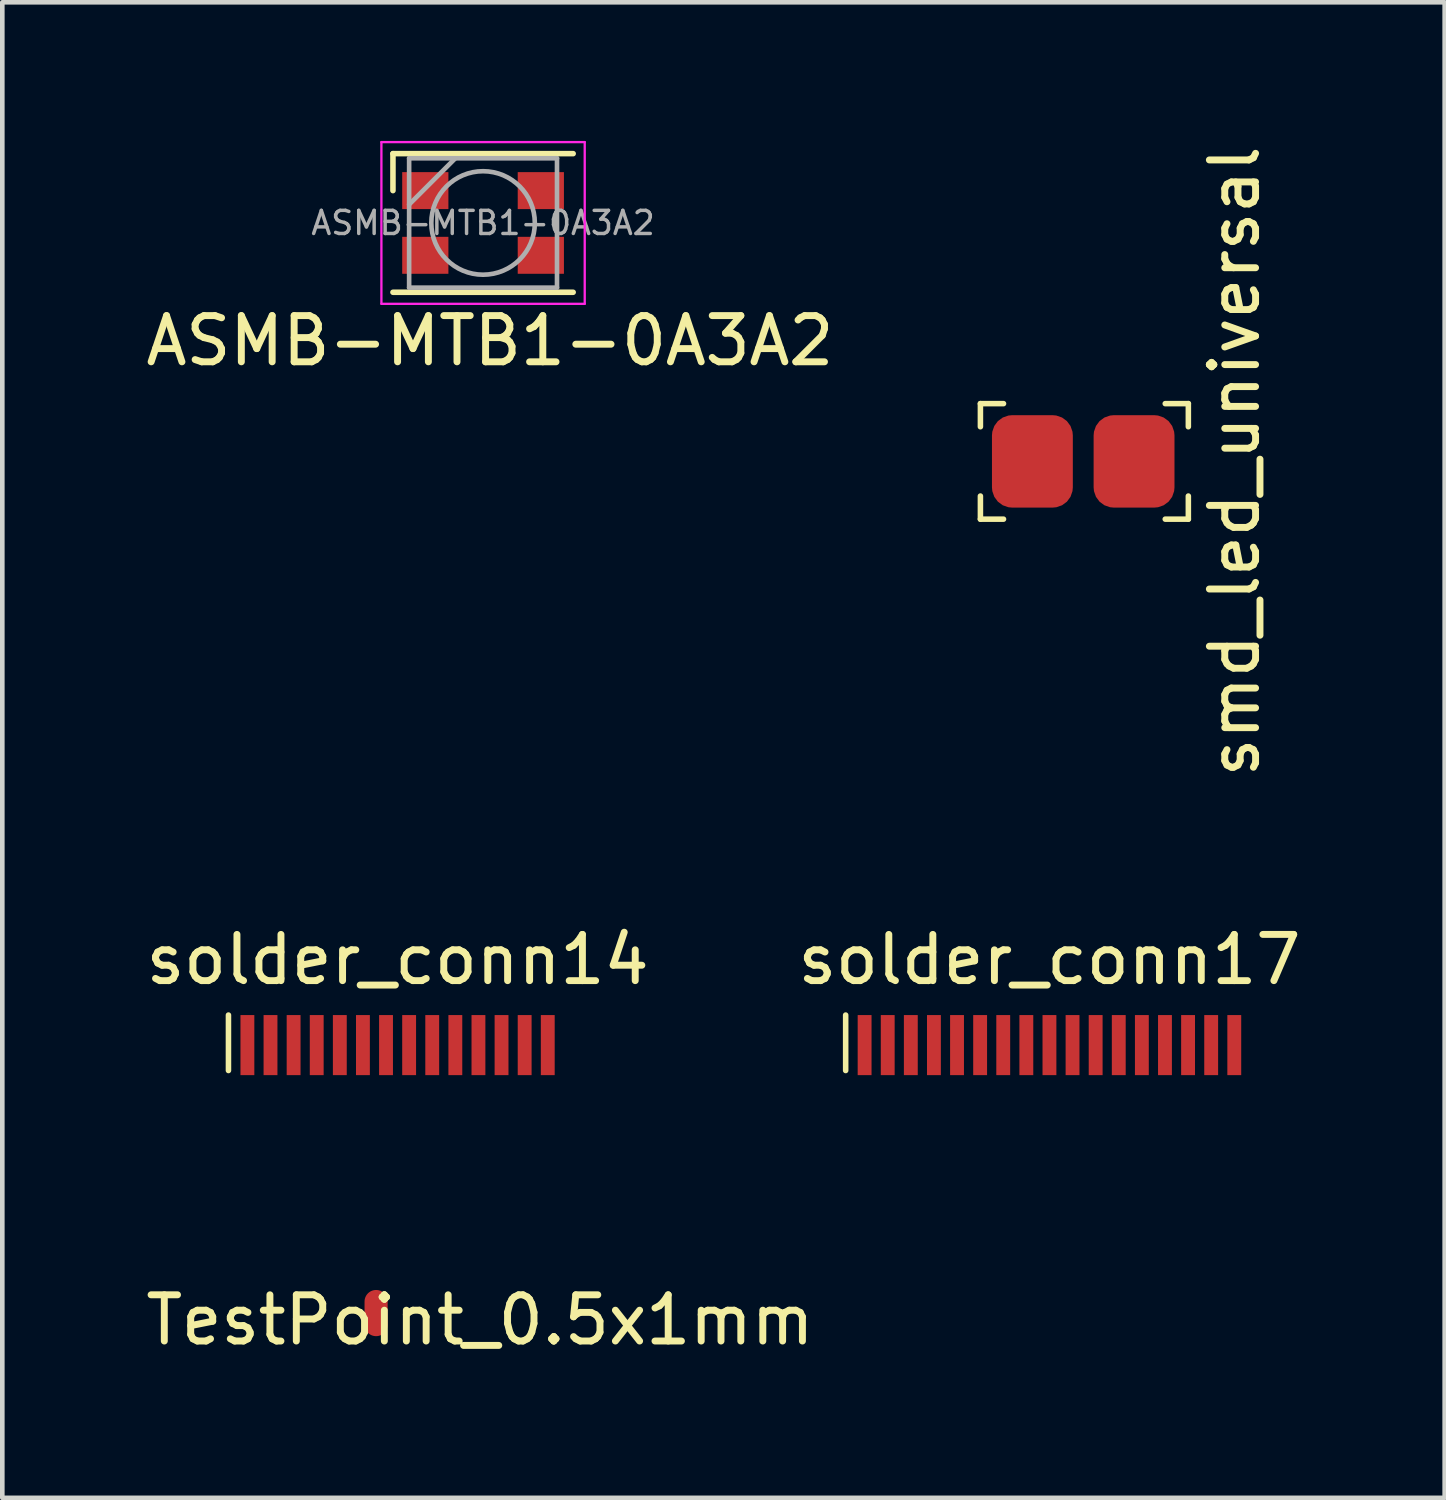
<source format=kicad_pcb>
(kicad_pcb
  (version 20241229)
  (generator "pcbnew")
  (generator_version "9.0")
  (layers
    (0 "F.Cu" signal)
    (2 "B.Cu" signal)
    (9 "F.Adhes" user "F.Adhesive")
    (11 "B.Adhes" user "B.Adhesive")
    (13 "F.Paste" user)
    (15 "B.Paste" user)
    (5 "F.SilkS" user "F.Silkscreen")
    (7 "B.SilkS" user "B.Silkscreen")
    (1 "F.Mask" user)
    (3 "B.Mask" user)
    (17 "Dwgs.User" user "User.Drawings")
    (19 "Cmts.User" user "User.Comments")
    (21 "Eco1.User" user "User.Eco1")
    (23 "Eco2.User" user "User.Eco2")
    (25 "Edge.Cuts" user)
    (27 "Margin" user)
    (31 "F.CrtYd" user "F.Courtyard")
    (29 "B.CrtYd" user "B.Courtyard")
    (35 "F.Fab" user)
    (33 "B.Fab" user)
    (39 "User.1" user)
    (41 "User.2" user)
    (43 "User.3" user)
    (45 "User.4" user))
  (footprint "ASMB-MTB1-0A3A2"
    (layer "F.Cu")
    (at 7.404 1.775)
    (property "Reference" "ASMB-MTB1-0A3A2" (at 0.15 2.55 0) (layer "F.SilkS") (effects (font (size 1 1) (thickness 0.15))))
    (attr through_hole)
    (fp_line (start -1.95 -1.5) (end 1.95 -1.5) (stroke (width 0.12) (type solid)) (layer "F.SilkS"))
    (fp_line (start -1.95 -0.7) (end -1.95 -1.5) (stroke (width 0.12) (type solid)) (layer "F.SilkS"))
    (fp_line (start -1.95 1.5) (end 1.95 1.5) (stroke (width 0.12) (type solid)) (layer "F.SilkS"))
    (fp_line (start -2.2 -1.75) (end -2.2 1.75) (stroke (width 0.05) (type solid)) (layer "F.CrtYd"))
    (fp_line (start -2.2 1.75) (end 2.2 1.75) (stroke (width 0.05) (type solid)) (layer "F.CrtYd"))
    (fp_line (start 2.2 -1.75) (end -2.2 -1.75) (stroke (width 0.05) (type solid)) (layer "F.CrtYd"))
    (fp_line (start 2.2 1.75) (end 2.2 -1.75) (stroke (width 0.05) (type solid)) (layer "F.CrtYd"))
    (fp_line (start -1.6 -1.4) (end -1.6 1.4) (stroke (width 0.1) (type solid)) (layer "F.Fab"))
    (fp_line (start -1.6 1.4) (end 1.6 1.4) (stroke (width 0.1) (type solid)) (layer "F.Fab"))
    (fp_line (start -0.6 -1.4) (end -1.6 -0.4) (stroke (width 0.1) (type solid)) (layer "F.Fab"))
    (fp_line (start 1.6 -1.4) (end -1.6 -1.4) (stroke (width 0.1) (type solid)) (layer "F.Fab"))
    (fp_line (start 1.6 1.4) (end 1.6 -1.4) (stroke (width 0.1) (type solid)) (layer "F.Fab"))
    (fp_circle (center 0 0) (end 1.12 0) (stroke (width 0.1) (type solid)) (fill no) (layer "F.Fab"))
    (fp_text user "${REFERENCE}" (at 0 0 0) (layer "F.Fab") (effects (font (size 0.5 0.5) (thickness 0.075))))
    (pad "1" smd rect (at -1.25 -0.7) (size 1 0.8) (layers "F.Cu" "F.Mask" "F.Paste"))
    (pad "2" smd rect (at 1.25 -0.7) (size 1 0.8) (layers "F.Cu" "F.Mask" "F.Paste"))
    (pad "3" smd rect (at 1.25 0.7) (size 1 0.8) (layers "F.Cu" "F.Mask" "F.Paste"))
    (pad "4" smd rect (at -1.25 0.7) (size 1 0.8) (layers "F.Cu" "F.Mask" "F.Paste")))
  (footprint "TestPoint_0.5x1mm"
    (layer "F.Cu")
    (at 5.089 25.366)
    (property "Reference" "TestPoint_0.5x1mm" (at 2.25 0.15 0) (layer "F.SilkS") (effects (font (size 1 1) (thickness 0.15))))
    (attr through_hole)
    (pad "1" smd oval (at 0 0) (size 0.5 1) (layers "F.Cu" "F.Mask" "F.Paste")))
  (footprint "solder_conn17"
    (layer "F.Cu")
    (at 19.661 21.417)
    (property "Reference" "solder_conn17" (at 0 -3.7 0) (layer "F.SilkS") (effects (font (size 1 1) (thickness 0.15))))
    (attr smd)
    (fp_line (start -4.41 -1.3) (end -4.41 -2.5) (stroke (width 0.12) (type solid)) (layer "F.SilkS"))
    (pad "1" smd rect (at -4 -1.85) (size 0.3 1.3) (layers "F.Cu" "F.Mask" "F.Paste"))
    (pad "2" smd rect (at -3.5 -1.85) (size 0.3 1.3) (layers "F.Cu" "F.Mask" "F.Paste"))
    (pad "3" smd rect (at -3 -1.85) (size 0.3 1.3) (layers "F.Cu" "F.Mask" "F.Paste"))
    (pad "4" smd rect (at -2.5 -1.85) (size 0.3 1.3) (layers "F.Cu" "F.Mask" "F.Paste"))
    (pad "5" smd rect (at -2 -1.85) (size 0.3 1.3) (layers "F.Cu" "F.Mask" "F.Paste"))
    (pad "6" smd rect (at -1.5 -1.85) (size 0.3 1.3) (layers "F.Cu" "F.Mask" "F.Paste"))
    (pad "7" smd rect (at -1 -1.85) (size 0.3 1.3) (layers "F.Cu" "F.Mask" "F.Paste"))
    (pad "8" smd rect (at -0.5 -1.85) (size 0.3 1.3) (layers "F.Cu" "F.Mask" "F.Paste"))
    (pad "9" smd rect (at 0 -1.85) (size 0.3 1.3) (layers "F.Cu" "F.Mask" "F.Paste"))
    (pad "10" smd rect (at 0.5 -1.85) (size 0.3 1.3) (layers "F.Cu" "F.Mask" "F.Paste"))
    (pad "11" smd rect (at 1 -1.85) (size 0.3 1.3) (layers "F.Cu" "F.Mask" "F.Paste"))
    (pad "12" smd rect (at 1.5 -1.85) (size 0.3 1.3) (layers "F.Cu" "F.Mask" "F.Paste"))
    (pad "13" smd rect (at 2 -1.85) (size 0.3 1.3) (layers "F.Cu" "F.Mask" "F.Paste"))
    (pad "14" smd rect (at 2.5 -1.85) (size 0.3 1.3) (layers "F.Cu" "F.Mask" "F.Paste"))
    (pad "15" smd rect (at 3 -1.85) (size 0.3 1.3) (layers "F.Cu" "F.Mask" "F.Paste"))
    (pad "16" smd rect (at 3.5 -1.85) (size 0.3 1.3) (layers "F.Cu" "F.Mask" "F.Paste"))
    (pad "17" smd rect (at 4 -1.85) (size 0.3 1.3) (layers "F.Cu" "F.Mask" "F.Paste")))
  (footprint "smd_led_universal"
    (layer "F.Cu")
    (at 20.417 6.935)
    (property "Reference" "smd_led_universal" (at 3.25 0 90) (layer "F.SilkS") (effects (font (size 1 1) (thickness 0.15))))
    (attr through_hole)
    (fp_line (start -2.25 -1.25) (end -2.25 -0.75) (stroke (width 0.12) (type solid)) (layer "F.SilkS"))
    (fp_line (start -2.25 1.25) (end -2.25 0.75) (stroke (width 0.12) (type solid)) (layer "F.SilkS"))
    (fp_line (start -2.25 1.25) (end -1.75 1.25) (stroke (width 0.12) (type solid)) (layer "F.SilkS"))
    (fp_line (start -1.75 -1.25) (end -2.25 -1.25) (stroke (width 0.12) (type solid)) (layer "F.SilkS"))
    (fp_line (start 1.75 -1.25) (end 2.25 -1.25) (stroke (width 0.12) (type solid)) (layer "F.SilkS"))
    (fp_line (start 2.25 -1.25) (end 2.25 -0.75) (stroke (width 0.12) (type solid)) (layer "F.SilkS"))
    (fp_line (start 2.25 1.25) (end 1.75 1.25) (stroke (width 0.12) (type solid)) (layer "F.SilkS"))
    (fp_line (start 2.25 1.25) (end 2.25 0.75) (stroke (width 0.12) (type solid)) (layer "F.SilkS"))
    (pad "1" smd roundrect (at -1.125 0) (size 1.75 2) (layers "F.Cu" "F.Mask" "F.Paste") (roundrect_rratio 0.25))
    (pad "2" smd roundrect (at 1.075 0) (size 1.75 2) (layers "F.Cu" "F.Mask" "F.Paste") (roundrect_rratio 0.25)))
  (footprint "solder_conn14"
    (layer "F.Cu")
    (at 5.554 21.417)
    (property "Reference" "solder_conn14" (at 0 -3.7 0) (layer "F.SilkS") (effects (font (size 1 1) (thickness 0.15))))
    (attr smd)
    (fp_line (start -3.66 -1.3) (end -3.66 -2.5) (stroke (width 0.12) (type solid)) (layer "F.SilkS"))
    (pad "1" smd rect (at -3.25 -1.85) (size 0.3 1.3) (layers "F.Cu" "F.Mask" "F.Paste"))
    (pad "2" smd rect (at -2.75 -1.85) (size 0.3 1.3) (layers "F.Cu" "F.Mask" "F.Paste"))
    (pad "3" smd rect (at -2.25 -1.85) (size 0.3 1.3) (layers "F.Cu" "F.Mask" "F.Paste"))
    (pad "4" smd rect (at -1.75 -1.85) (size 0.3 1.3) (layers "F.Cu" "F.Mask" "F.Paste"))
    (pad "5" smd rect (at -1.25 -1.85) (size 0.3 1.3) (layers "F.Cu" "F.Mask" "F.Paste"))
    (pad "6" smd rect (at -0.75 -1.85) (size 0.3 1.3) (layers "F.Cu" "F.Mask" "F.Paste"))
    (pad "7" smd rect (at -0.25 -1.85) (size 0.3 1.3) (layers "F.Cu" "F.Mask" "F.Paste"))
    (pad "8" smd rect (at 0.25 -1.85) (size 0.3 1.3) (layers "F.Cu" "F.Mask" "F.Paste"))
    (pad "9" smd rect (at 0.75 -1.85) (size 0.3 1.3) (layers "F.Cu" "F.Mask" "F.Paste"))
    (pad "10" smd rect (at 1.25 -1.85) (size 0.3 1.3) (layers "F.Cu" "F.Mask" "F.Paste"))
    (pad "11" smd rect (at 1.75 -1.85) (size 0.3 1.3) (layers "F.Cu" "F.Mask" "F.Paste"))
    (pad "12" smd rect (at 2.25 -1.85) (size 0.3 1.3) (layers "F.Cu" "F.Mask" "F.Paste"))
    (pad "13" smd rect (at 2.75 -1.85) (size 0.3 1.3) (layers "F.Cu" "F.Mask" "F.Paste"))
    (pad "14" smd rect (at 3.25 -1.85) (size 0.3 1.3) (layers "F.Cu" "F.Mask" "F.Paste")))
  (gr_rect
    (start -3 -3)
    (end 28.214 29.364)
    (stroke (width 0.1) (type default))
    (fill no)
    (layer "Edge.Cuts")))
</source>
